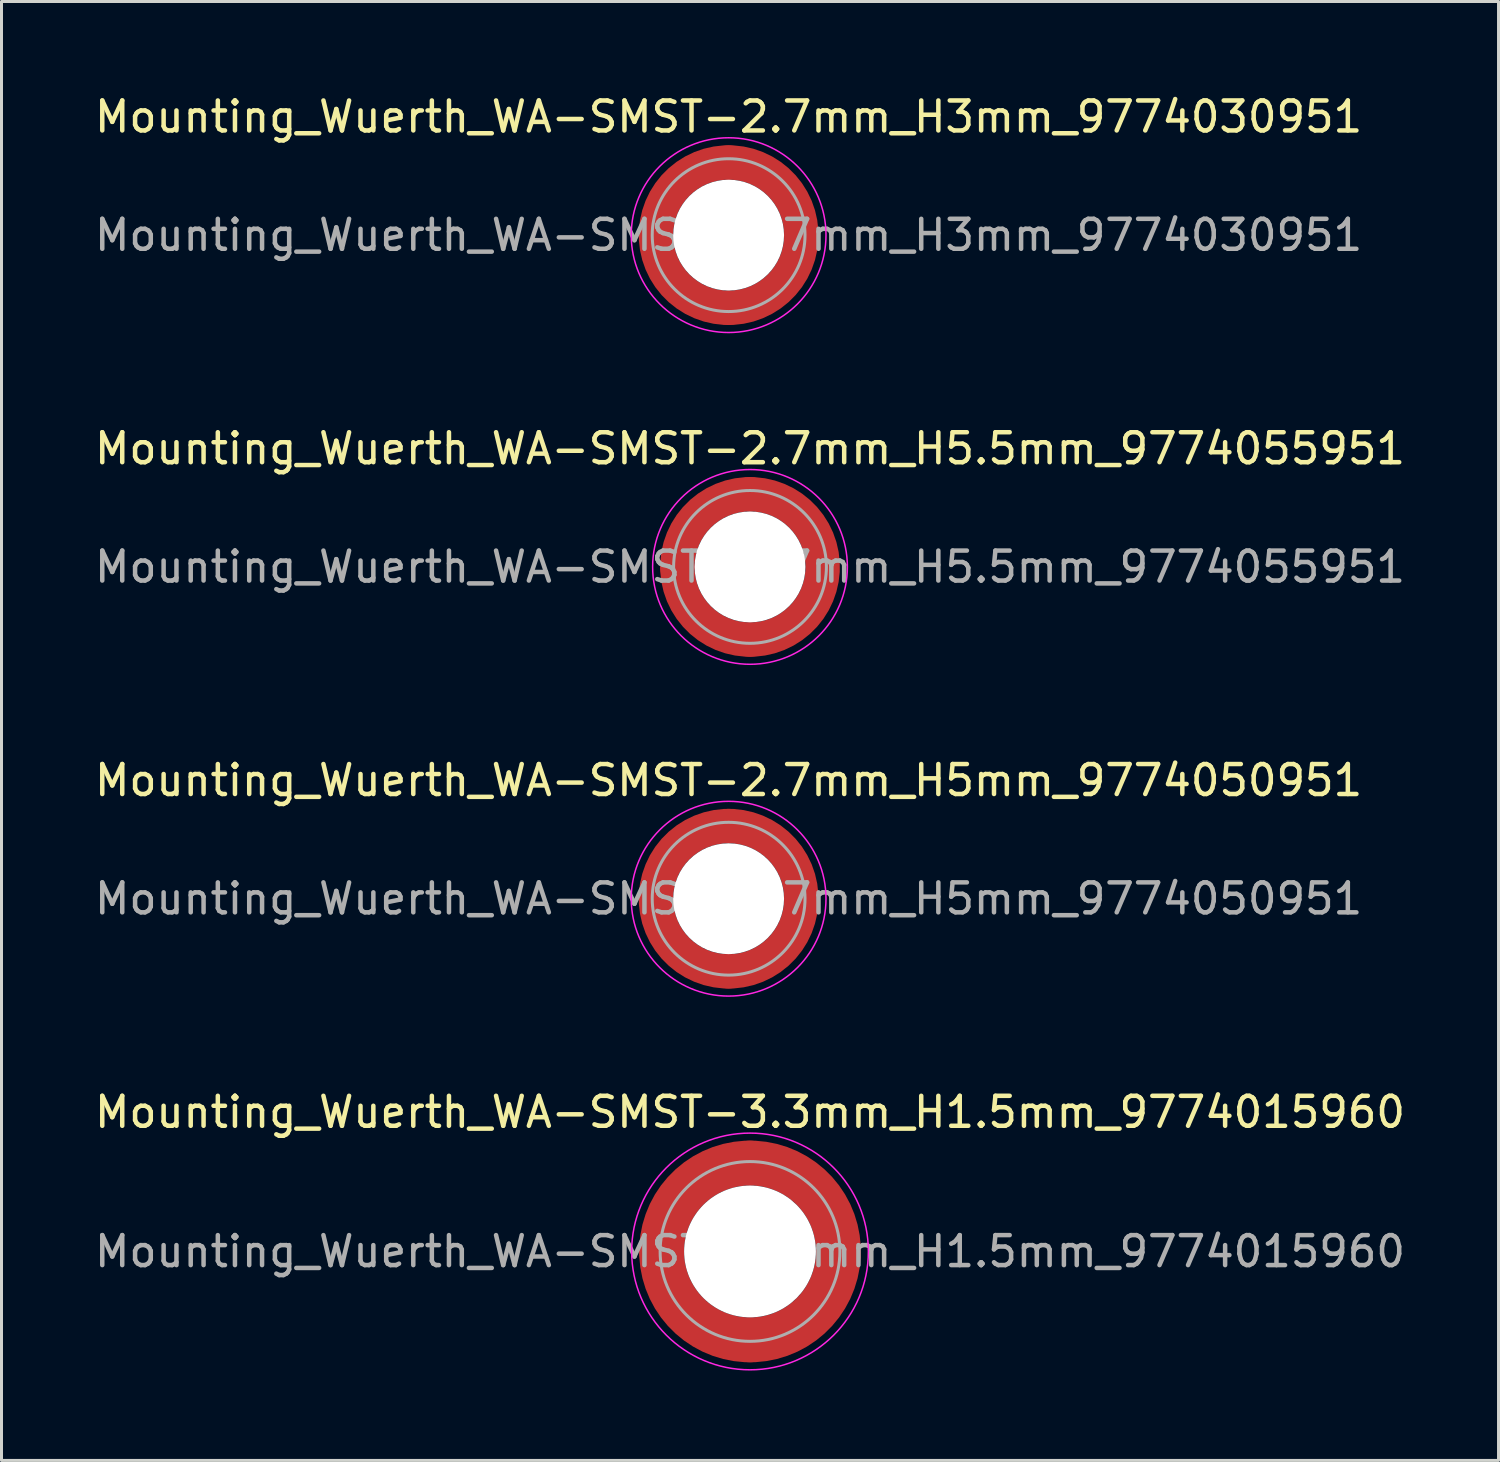
<source format=kicad_pcb>
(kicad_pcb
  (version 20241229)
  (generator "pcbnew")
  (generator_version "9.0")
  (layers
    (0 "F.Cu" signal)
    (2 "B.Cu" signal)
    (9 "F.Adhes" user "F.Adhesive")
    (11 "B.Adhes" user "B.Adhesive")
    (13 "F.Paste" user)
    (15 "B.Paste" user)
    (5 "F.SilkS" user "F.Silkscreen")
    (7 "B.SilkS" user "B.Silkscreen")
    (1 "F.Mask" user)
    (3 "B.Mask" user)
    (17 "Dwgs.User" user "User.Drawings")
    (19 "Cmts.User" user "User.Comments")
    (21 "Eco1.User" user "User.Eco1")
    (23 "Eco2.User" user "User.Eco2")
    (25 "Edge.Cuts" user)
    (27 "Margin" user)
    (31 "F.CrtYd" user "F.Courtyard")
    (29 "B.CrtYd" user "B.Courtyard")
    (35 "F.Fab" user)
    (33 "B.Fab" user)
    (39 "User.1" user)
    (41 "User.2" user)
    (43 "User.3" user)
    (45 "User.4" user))
  (footprint "Mounting_Wuerth_WA-SMST-2.7mm_H5.5mm_9774055951"
    (layer "F.Cu")
    (at 21.982 15.871)
    (property "Reference" "Mounting_Wuerth_WA-SMST-2.7mm_H5.5mm_9774055951" (at 0 -3.95 0) (layer "F.SilkS") (effects (font (size 1 1) (thickness 0.15))))
    (attr smd)
    (fp_circle (center 0 0) (end 3.25 0) (stroke (width 0.05) (type solid)) (fill no) (layer "F.CrtYd"))
    (fp_circle (center 0 0) (end 2.55 0) (stroke (width 0.1) (type solid)) (fill no) (layer "F.Fab"))
    (fp_text user "${REFERENCE}" (at 0 0 0) (layer "F.Fab") (effects (font (size 1 1) (thickness 0.15))))
    (pad "" smd custom (at -1.704 -1.704) (size 1.02 1.02) (layers "F.Paste") (options (anchor circle)) (primitives (gr_arc (start -0.371355 1.124127) (mid 0.180312 0.180312) (end 1.124127 -0.371355) (width 0.51)) (gr_arc (start -0.635039 1.124127) (mid 0 0) (end 1.124127 -0.635039) (width 0.51)) (gr_arc (start -0.896993 1.124127) (mid -0.180313 -0.180313) (end 1.124127 -0.896993) (width 0.51)) (gr_line (start 1.124 -0.371) (end 1.124 -0.897) (width 0.51)) (gr_line (start -0.371 1.124) (end -0.897 1.124) (width 0.51))))
    (pad "" smd custom (at -1.704 1.704) (size 1.02 1.02) (layers "F.Paste") (options (anchor circle)) (primitives (gr_arc (start 1.124127 0.371355) (mid 0.180312 -0.180312) (end -0.371355 -1.124127) (width 0.51)) (gr_arc (start 1.124127 0.635039) (mid 0 0) (end -0.635039 -1.124127) (width 0.51)) (gr_arc (start 1.124127 0.896993) (mid -0.180313 0.180313) (end -0.896993 -1.124127) (width 0.51)) (gr_line (start -0.371 -1.124) (end -0.897 -1.124) (width 0.51)) (gr_line (start 1.124 0.371) (end 1.124 0.897) (width 0.51))))
    (pad "" np_thru_hole circle (at 0 0) (size 3.7 3.7) (drill 3.7) (layers "*.Cu" "*.Mask"))
    (pad "" smd custom (at 1.704 -1.704) (size 1.02 1.02) (layers "F.Paste") (options (anchor circle)) (primitives (gr_arc (start -1.124127 -0.371355) (mid -0.180312 0.180312) (end 0.371355 1.124127) (width 0.51)) (gr_arc (start -1.124127 -0.635039) (mid 0 0) (end 0.635039 1.124127) (width 0.51)) (gr_arc (start -1.124127 -0.896993) (mid 0.180313 -0.180313) (end 0.896993 1.124127) (width 0.51)) (gr_line (start 0.371 1.124) (end 0.897 1.124) (width 0.51)) (gr_line (start -1.124 -0.371) (end -1.124 -0.897) (width 0.51))))
    (pad "" smd custom (at 1.704 1.704) (size 1.02 1.02) (layers "F.Paste") (options (anchor circle)) (primitives (gr_arc (start 0.371355 -1.124127) (mid -0.180312 -0.180312) (end -1.124127 0.371355) (width 0.51)) (gr_arc (start 0.635039 -1.124127) (mid 0 0) (end -1.124127 0.635039) (width 0.51)) (gr_arc (start 0.896993 -1.124127) (mid 0.180313 0.180313) (end -1.124127 0.896993) (width 0.51)) (gr_line (start -1.124 0.371) (end -1.124 0.897) (width 0.51)) (gr_line (start 0.371 -1.124) (end 0.897 -1.124) (width 0.51))))
    (pad "1" smd circle (at -2.425 0) (size 1.15 1.15) (layers "F.Cu"))
    (pad "1" smd circle (at 0 -2.425) (size 1.15 1.15) (layers "F.Cu"))
    (pad "1" smd circle (at 0 2.425) (size 1.15 1.15) (layers "F.Cu"))
    (pad "1" smd custom (at 2.425 0) (size 1.15 1.15) (layers "F.Cu" "F.Mask") (options (anchor circle)) (primitives (gr_circle (center -2.425 0) (end 0 0) (width 1.15) (fill no)))))
  (footprint "Mounting_Wuerth_WA-SMST-2.7mm_H5mm_9774050951"
    (layer "F.Cu")
    (at 21.268 26.945)
    (property "Reference" "Mounting_Wuerth_WA-SMST-2.7mm_H5mm_9774050951" (at 0 -3.95 0) (layer "F.SilkS") (effects (font (size 1 1) (thickness 0.15))))
    (attr smd)
    (fp_circle (center 0 0) (end 3.25 0) (stroke (width 0.05) (type solid)) (fill no) (layer "F.CrtYd"))
    (fp_circle (center 0 0) (end 2.55 0) (stroke (width 0.1) (type solid)) (fill no) (layer "F.Fab"))
    (fp_text user "${REFERENCE}" (at 0 0 0) (layer "F.Fab") (effects (font (size 1 1) (thickness 0.15))))
    (pad "" smd custom (at -1.704 -1.704) (size 0.51 0.51) (layers "F.Paste") (options (anchor circle)) (primitives (gr_arc (start -0.250195 1.279127) (mid 0.289914 0.289914) (end 1.279127 -0.250195) (width 0.2)) (gr_arc (start -0.34334 1.279127) (mid 0.225488 0.225488) (end 1.279127 -0.34334) (width 0.2)) (gr_arc (start -0.436309 1.279127) (mid 0.161063 0.161063) (end 1.279127 -0.436309) (width 0.2)) (gr_arc (start -0.529126 1.279127) (mid 0.096638 0.096638) (end 1.279127 -0.529126) (width 0.2)) (gr_arc (start -0.621807 1.279127) (mid 0.032213 0.032213) (end 1.279127 -0.621807) (width 0.2)) (gr_arc (start -0.71437 1.279127) (mid -0.032213 -0.032213) (end 1.279127 -0.71437) (width 0.2)) (gr_arc (start -0.806826 1.279127) (mid -0.096638 -0.096638) (end 1.279127 -0.806826) (width 0.2)) (gr_arc (start -0.899187 1.279127) (mid -0.161063 -0.161063) (end 1.279127 -0.899187) (width 0.2)) (gr_arc (start -0.991463 1.279127) (mid -0.225488 -0.225488) (end 1.279127 -0.991463) (width 0.2)) (gr_arc (start -1.083663 1.279127) (mid -0.289914 -0.289914) (end 1.279127 -1.083663) (width 0.2)) (gr_line (start 1.279 -0.25) (end 1.279 -1.084) (width 0.2)) (gr_line (start -0.25 1.279) (end -1.084 1.279) (width 0.2))))
    (pad "" smd custom (at -1.704 1.704) (size 0.51 0.51) (layers "F.Paste") (options (anchor circle)) (primitives (gr_arc (start 1.279127 0.250195) (mid 0.289914 -0.289914) (end -0.250195 -1.279127) (width 0.2)) (gr_arc (start 1.279127 0.34334) (mid 0.225488 -0.225488) (end -0.34334 -1.279127) (width 0.2)) (gr_arc (start 1.279127 0.436309) (mid 0.161063 -0.161063) (end -0.436309 -1.279127) (width 0.2)) (gr_arc (start 1.279127 0.529126) (mid 0.096638 -0.096638) (end -0.529126 -1.279127) (width 0.2)) (gr_arc (start 1.279127 0.621807) (mid 0.032213 -0.032213) (end -0.621807 -1.279127) (width 0.2)) (gr_arc (start 1.279127 0.71437) (mid -0.032213 0.032213) (end -0.71437 -1.279127) (width 0.2)) (gr_arc (start 1.279127 0.806826) (mid -0.096638 0.096638) (end -0.806826 -1.279127) (width 0.2)) (gr_arc (start 1.279127 0.899187) (mid -0.161063 0.161063) (end -0.899187 -1.279127) (width 0.2)) (gr_arc (start 1.279127 0.991463) (mid -0.225488 0.225488) (end -0.991463 -1.279127) (width 0.2)) (gr_arc (start 1.279127 1.083663) (mid -0.289914 0.289914) (end -1.083663 -1.279127) (width 0.2)) (gr_line (start -0.25 -1.279) (end -1.084 -1.279) (width 0.2)) (gr_line (start 1.279 0.25) (end 1.279 1.084) (width 0.2))))
    (pad "" np_thru_hole circle (at 0 0) (size 3.7 3.7) (drill 3.7) (layers "*.Cu" "*.Mask"))
    (pad "" smd custom (at 1.704 -1.704) (size 0.51 0.51) (layers "F.Paste") (options (anchor circle)) (primitives (gr_arc (start -1.279127 -0.250195) (mid -0.289914 0.289914) (end 0.250195 1.279127) (width 0.2)) (gr_arc (start -1.279127 -0.34334) (mid -0.225488 0.225488) (end 0.34334 1.279127) (width 0.2)) (gr_arc (start -1.279127 -0.436309) (mid -0.161063 0.161063) (end 0.436309 1.279127) (width 0.2)) (gr_arc (start -1.279127 -0.529126) (mid -0.096638 0.096638) (end 0.529126 1.279127) (width 0.2)) (gr_arc (start -1.279127 -0.621807) (mid -0.032213 0.032213) (end 0.621807 1.279127) (width 0.2)) (gr_arc (start -1.279127 -0.71437) (mid 0.032213 -0.032213) (end 0.71437 1.279127) (width 0.2)) (gr_arc (start -1.279127 -0.806826) (mid 0.096638 -0.096638) (end 0.806826 1.279127) (width 0.2)) (gr_arc (start -1.279127 -0.899187) (mid 0.161063 -0.161063) (end 0.899187 1.279127) (width 0.2)) (gr_arc (start -1.279127 -0.991463) (mid 0.225488 -0.225488) (end 0.991463 1.279127) (width 0.2)) (gr_arc (start -1.279127 -1.083663) (mid 0.289914 -0.289914) (end 1.083663 1.279127) (width 0.2)) (gr_line (start 0.25 1.279) (end 1.084 1.279) (width 0.2)) (gr_line (start -1.279 -0.25) (end -1.279 -1.084) (width 0.2))))
    (pad "" smd custom (at 1.704 1.704) (size 0.51 0.51) (layers "F.Paste") (options (anchor circle)) (primitives (gr_arc (start 0.250195 -1.279127) (mid -0.289914 -0.289914) (end -1.279127 0.250195) (width 0.2)) (gr_arc (start 0.34334 -1.279127) (mid -0.225488 -0.225488) (end -1.279127 0.34334) (width 0.2)) (gr_arc (start 0.436309 -1.279127) (mid -0.161063 -0.161063) (end -1.279127 0.436309) (width 0.2)) (gr_arc (start 0.529126 -1.279127) (mid -0.096638 -0.096638) (end -1.279127 0.529126) (width 0.2)) (gr_arc (start 0.621807 -1.279127) (mid -0.032213 -0.032213) (end -1.279127 0.621807) (width 0.2)) (gr_arc (start 0.71437 -1.279127) (mid 0.032213 0.032213) (end -1.279127 0.71437) (width 0.2)) (gr_arc (start 0.806826 -1.279127) (mid 0.096638 0.096638) (end -1.279127 0.806826) (width 0.2)) (gr_arc (start 0.899187 -1.279127) (mid 0.161063 0.161063) (end -1.279127 0.899187) (width 0.2)) (gr_arc (start 0.991463 -1.279127) (mid 0.225488 0.225488) (end -1.279127 0.991463) (width 0.2)) (gr_arc (start 1.083663 -1.279127) (mid 0.289914 0.289914) (end -1.279127 1.083663) (width 0.2)) (gr_line (start -1.279 0.25) (end -1.279 1.084) (width 0.2)) (gr_line (start 0.25 -1.279) (end 1.084 -1.279) (width 0.2))))
    (pad "1" smd circle (at -2.425 0) (size 1.15 1.15) (layers "F.Cu"))
    (pad "1" smd circle (at 0 -2.425) (size 1.15 1.15) (layers "F.Cu"))
    (pad "1" smd circle (at 0 2.425) (size 1.15 1.15) (layers "F.Cu"))
    (pad "1" smd custom (at 2.425 0) (size 1.15 1.15) (layers "F.Cu" "F.Mask") (options (anchor circle)) (primitives (gr_circle (center -2.425 0) (end 0 0) (width 1.15) (fill no)))))
  (footprint "Mounting_Wuerth_WA-SMST-2.7mm_H3mm_9774030951"
    (layer "F.Cu")
    (at 21.268 4.798)
    (property "Reference" "Mounting_Wuerth_WA-SMST-2.7mm_H3mm_9774030951" (at 0 -3.95 0) (layer "F.SilkS") (effects (font (size 1 1) (thickness 0.15))))
    (attr smd)
    (fp_circle (center 0 0) (end 3.25 0) (stroke (width 0.05) (type solid)) (fill no) (layer "F.CrtYd"))
    (fp_circle (center 0 0) (end 2.55 0) (stroke (width 0.1) (type solid)) (fill no) (layer "F.Fab"))
    (fp_text user "${REFERENCE}" (at 0 0 0) (layer "F.Fab") (effects (font (size 1 1) (thickness 0.15))))
    (pad "" smd custom (at -1.704 -1.704) (size 1.02 1.02) (layers "F.Paste") (options (anchor circle)) (primitives (gr_arc (start -0.371355 1.124127) (mid 0.180312 0.180312) (end 1.124127 -0.371355) (width 0.51)) (gr_arc (start -0.635039 1.124127) (mid 0 0) (end 1.124127 -0.635039) (width 0.51)) (gr_arc (start -0.896993 1.124127) (mid -0.180313 -0.180313) (end 1.124127 -0.896993) (width 0.51)) (gr_line (start 1.124 -0.371) (end 1.124 -0.897) (width 0.51)) (gr_line (start -0.371 1.124) (end -0.897 1.124) (width 0.51))))
    (pad "" smd custom (at -1.704 1.704) (size 1.02 1.02) (layers "F.Paste") (options (anchor circle)) (primitives (gr_arc (start 1.124127 0.371355) (mid 0.180312 -0.180312) (end -0.371355 -1.124127) (width 0.51)) (gr_arc (start 1.124127 0.635039) (mid 0 0) (end -0.635039 -1.124127) (width 0.51)) (gr_arc (start 1.124127 0.896993) (mid -0.180313 0.180313) (end -0.896993 -1.124127) (width 0.51)) (gr_line (start -0.371 -1.124) (end -0.897 -1.124) (width 0.51)) (gr_line (start 1.124 0.371) (end 1.124 0.897) (width 0.51))))
    (pad "" np_thru_hole circle (at 0 0) (size 3.7 3.7) (drill 3.7) (layers "*.Cu" "*.Mask"))
    (pad "" smd custom (at 1.704 -1.704) (size 1.02 1.02) (layers "F.Paste") (options (anchor circle)) (primitives (gr_arc (start -1.124127 -0.371355) (mid -0.180312 0.180312) (end 0.371355 1.124127) (width 0.51)) (gr_arc (start -1.124127 -0.635039) (mid 0 0) (end 0.635039 1.124127) (width 0.51)) (gr_arc (start -1.124127 -0.896993) (mid 0.180313 -0.180313) (end 0.896993 1.124127) (width 0.51)) (gr_line (start 0.371 1.124) (end 0.897 1.124) (width 0.51)) (gr_line (start -1.124 -0.371) (end -1.124 -0.897) (width 0.51))))
    (pad "" smd custom (at 1.704 1.704) (size 1.02 1.02) (layers "F.Paste") (options (anchor circle)) (primitives (gr_arc (start 0.371355 -1.124127) (mid -0.180312 -0.180312) (end -1.124127 0.371355) (width 0.51)) (gr_arc (start 0.635039 -1.124127) (mid 0 0) (end -1.124127 0.635039) (width 0.51)) (gr_arc (start 0.896993 -1.124127) (mid 0.180313 0.180313) (end -1.124127 0.896993) (width 0.51)) (gr_line (start -1.124 0.371) (end -1.124 0.897) (width 0.51)) (gr_line (start 0.371 -1.124) (end 0.897 -1.124) (width 0.51))))
    (pad "1" smd circle (at -2.425 0) (size 1.15 1.15) (layers "F.Cu"))
    (pad "1" smd circle (at 0 -2.425) (size 1.15 1.15) (layers "F.Cu"))
    (pad "1" smd circle (at 0 2.425) (size 1.15 1.15) (layers "F.Cu"))
    (pad "1" smd custom (at 2.425 0) (size 1.15 1.15) (layers "F.Cu" "F.Mask") (options (anchor circle)) (primitives (gr_circle (center -2.425 0) (end 0 0) (width 1.15) (fill no)))))
  (footprint "Mounting_Wuerth_WA-SMST-3.3mm_H1.5mm_9774015960"
    (layer "F.Cu")
    (at 21.982 38.718)
    (property "Reference" "Mounting_Wuerth_WA-SMST-3.3mm_H1.5mm_9774015960" (at 0 -4.65 0) (layer "F.SilkS") (effects (font (size 1 1) (thickness 0.15))))
    (attr smd)
    (fp_circle (center 0 0) (end 3.95 0) (stroke (width 0.05) (type solid)) (fill no) (layer "F.CrtYd"))
    (fp_circle (center 0 0) (end 3 0) (stroke (width 0.1) (type solid)) (fill no) (layer "F.Fab"))
    (fp_text user "${REFERENCE}" (at 0 0 0) (layer "F.Fab") (effects (font (size 1 1) (thickness 0.15))))
    (pad "" smd custom (at -2.058 -2.058) (size 1.1 1.1) (layers "F.Paste") (options (anchor circle)) (primitives (gr_arc (start -0.377294 1.707681) (mid 0.318198 0.318198) (end 1.707681 -0.377294) (width 0.2)) (gr_arc (start -0.478281 1.707681) (mid 0.247487 0.247487) (end 1.707681 -0.478281) (width 0.2)) (gr_arc (start -0.579192 1.707681) (mid 0.176777 0.176777) (end 1.707681 -0.579192) (width 0.2)) (gr_arc (start -0.680037 1.707681) (mid 0.106066 0.106066) (end 1.707681 -0.680037) (width 0.2)) (gr_arc (start -0.780822 1.707681) (mid 0.035356 0.035356) (end 1.707681 -0.780822) (width 0.2)) (gr_arc (start -0.881554 1.707681) (mid -0.035355 -0.035355) (end 1.707681 -0.881554) (width 0.2)) (gr_arc (start -0.982237 1.707681) (mid -0.106066 -0.106066) (end 1.707681 -0.982237) (width 0.2)) (gr_arc (start -1.082877 1.707681) (mid -0.176777 -0.176777) (end 1.707681 -1.082877) (width 0.2)) (gr_arc (start -1.183476 1.707681) (mid -0.247487 -0.247487) (end 1.707681 -1.183476) (width 0.2)) (gr_arc (start -1.28404 1.707681) (mid -0.318198 -0.318198) (end 1.707681 -1.28404) (width 0.2)) (gr_line (start 1.708 -0.377) (end 1.708 -1.284) (width 0.2)) (gr_line (start -0.377 1.708) (end -1.284 1.708) (width 0.2))))
    (pad "" smd custom (at -2.058 2.058) (size 1.1 1.1) (layers "F.Paste") (options (anchor circle)) (primitives (gr_arc (start 1.707681 0.377294) (mid 0.318198 -0.318198) (end -0.377294 -1.707681) (width 0.2)) (gr_arc (start 1.707681 0.478281) (mid 0.247487 -0.247487) (end -0.478281 -1.707681) (width 0.2)) (gr_arc (start 1.707681 0.579192) (mid 0.176777 -0.176777) (end -0.579192 -1.707681) (width 0.2)) (gr_arc (start 1.707681 0.680037) (mid 0.106066 -0.106066) (end -0.680037 -1.707681) (width 0.2)) (gr_arc (start 1.707681 0.780822) (mid 0.035356 -0.035356) (end -0.780822 -1.707681) (width 0.2)) (gr_arc (start 1.707681 0.881554) (mid -0.035355 0.035355) (end -0.881554 -1.707681) (width 0.2)) (gr_arc (start 1.707681 0.982237) (mid -0.106066 0.106066) (end -0.982237 -1.707681) (width 0.2)) (gr_arc (start 1.707681 1.082877) (mid -0.176777 0.176777) (end -1.082877 -1.707681) (width 0.2)) (gr_arc (start 1.707681 1.183476) (mid -0.247487 0.247487) (end -1.183476 -1.707681) (width 0.2)) (gr_arc (start 1.707681 1.28404) (mid -0.318198 0.318198) (end -1.28404 -1.707681) (width 0.2)) (gr_line (start -0.377 -1.708) (end -1.284 -1.708) (width 0.2)) (gr_line (start 1.708 0.377) (end 1.708 1.284) (width 0.2))))
    (pad "" np_thru_hole circle (at 0 0) (size 4.4 4.4) (drill 4.4) (layers "*.Cu" "*.Mask"))
    (pad "" smd custom (at 2.058 -2.058) (size 1.1 1.1) (layers "F.Paste") (options (anchor circle)) (primitives (gr_arc (start -1.707681 -0.377294) (mid -0.318198 0.318198) (end 0.377294 1.707681) (width 0.2)) (gr_arc (start -1.707681 -0.478281) (mid -0.247487 0.247487) (end 0.478281 1.707681) (width 0.2)) (gr_arc (start -1.707681 -0.579192) (mid -0.176777 0.176777) (end 0.579192 1.707681) (width 0.2)) (gr_arc (start -1.707681 -0.680037) (mid -0.106066 0.106066) (end 0.680037 1.707681) (width 0.2)) (gr_arc (start -1.707681 -0.780822) (mid -0.035356 0.035356) (end 0.780822 1.707681) (width 0.2)) (gr_arc (start -1.707681 -0.881554) (mid 0.035355 -0.035355) (end 0.881554 1.707681) (width 0.2)) (gr_arc (start -1.707681 -0.982237) (mid 0.106066 -0.106066) (end 0.982237 1.707681) (width 0.2)) (gr_arc (start -1.707681 -1.082877) (mid 0.176777 -0.176777) (end 1.082877 1.707681) (width 0.2)) (gr_arc (start -1.707681 -1.183476) (mid 0.247487 -0.247487) (end 1.183476 1.707681) (width 0.2)) (gr_arc (start -1.707681 -1.28404) (mid 0.318198 -0.318198) (end 1.28404 1.707681) (width 0.2)) (gr_line (start 0.377 1.708) (end 1.284 1.708) (width 0.2)) (gr_line (start -1.708 -0.377) (end -1.708 -1.284) (width 0.2))))
    (pad "" smd custom (at 2.058 2.058) (size 1.1 1.1) (layers "F.Paste") (options (anchor circle)) (primitives (gr_arc (start 0.377294 -1.707681) (mid -0.318198 -0.318198) (end -1.707681 0.377294) (width 0.2)) (gr_arc (start 0.478281 -1.707681) (mid -0.247487 -0.247487) (end -1.707681 0.478281) (width 0.2)) (gr_arc (start 0.579192 -1.707681) (mid -0.176777 -0.176777) (end -1.707681 0.579192) (width 0.2)) (gr_arc (start 0.680037 -1.707681) (mid -0.106066 -0.106066) (end -1.707681 0.680037) (width 0.2)) (gr_arc (start 0.780822 -1.707681) (mid -0.035356 -0.035356) (end -1.707681 0.780822) (width 0.2)) (gr_arc (start 0.881554 -1.707681) (mid 0.035355 0.035355) (end -1.707681 0.881554) (width 0.2)) (gr_arc (start 0.982237 -1.707681) (mid 0.106066 0.106066) (end -1.707681 0.982237) (width 0.2)) (gr_arc (start 1.082877 -1.707681) (mid 0.176777 0.176777) (end -1.707681 1.082877) (width 0.2)) (gr_arc (start 1.183476 -1.707681) (mid 0.247487 0.247487) (end -1.707681 1.183476) (width 0.2)) (gr_arc (start 1.28404 -1.707681) (mid 0.318198 0.318198) (end -1.707681 1.28404) (width 0.2)) (gr_line (start -1.708 0.377) (end -1.708 1.284) (width 0.2)) (gr_line (start 0.377 -1.708) (end 1.284 -1.708) (width 0.2))))
    (pad "1" smd circle (at -2.95 0) (size 1.5 1.5) (layers "F.Cu"))
    (pad "1" smd circle (at 0 -2.95) (size 1.5 1.5) (layers "F.Cu"))
    (pad "1" smd circle (at 0 2.95) (size 1.5 1.5) (layers "F.Cu"))
    (pad "1" smd custom (at 2.95 0) (size 1.5 1.5) (layers "F.Cu" "F.Mask") (options (anchor circle)) (primitives (gr_circle (center -2.95 0) (end 0 0) (width 1.5) (fill no)))))
  (gr_rect
    (start -3 -3)
    (end 46.964 45.693)
    (stroke (width 0.1) (type default))
    (fill no)
    (layer "Edge.Cuts")))
</source>
